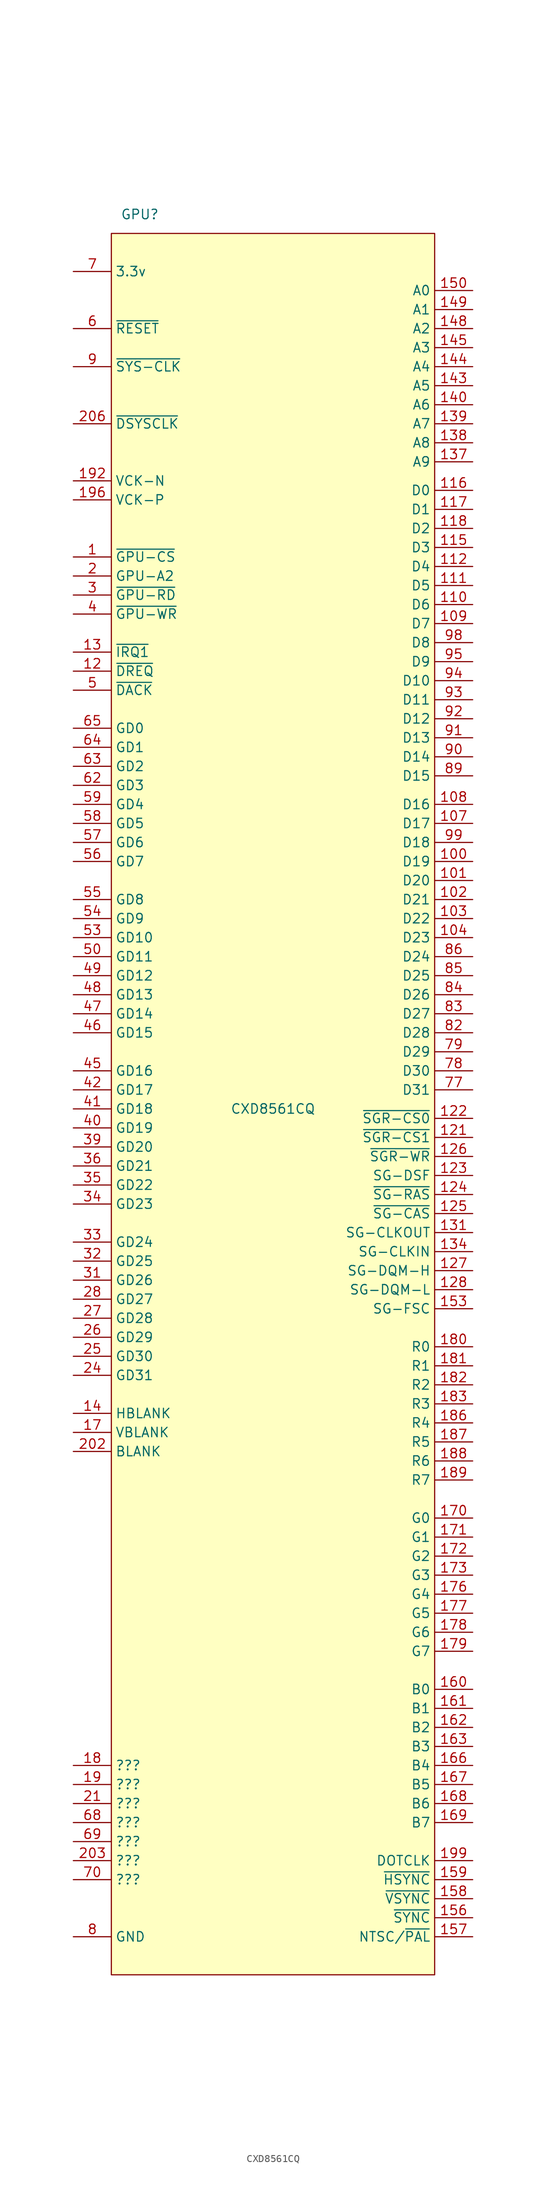
<source format=kicad_sym>
(kicad_symbol_lib
  (version 20211014)
  (generator kicad_symbol_editor)
  (symbol "CXD8561CQ"
    (property "Reference" "GPU"
      (at -17.78 119.38 0)
      (effects (font (size 1.27 1.27))))
    (property "Value" "CXD8561CQ"
      (at 0 0 0)
      (effects (font (size 1.27 1.27))))
    (symbol "CXD8561CQ_0_0"
      (pin passive line (at -26.67 -110.49 0) (length 5.08) hide (name "GND" (effects (font (size 1.27 1.27)))) (number "152" (effects (font (size 1.27 1.27)))))
      (pin passive line (at -26.67 -110.49 0) (length 5.08) hide (name "GND" (effects (font (size 1.27 1.27)))) (number "164" (effects (font (size 1.27 1.27)))))
      (pin passive line (at -26.67 -110.49 0) (length 5.08) hide (name "GND" (effects (font (size 1.27 1.27)))) (number "190" (effects (font (size 1.27 1.27)))))
      (pin passive line (at -26.67 -110.49 0) (length 5.08) hide (name "GND" (effects (font (size 1.27 1.27)))) (number "194" (effects (font (size 1.27 1.27)))))
      (pin passive line (at -26.67 -110.49 0) (length 5.08) hide (name "GND" (effects (font (size 1.27 1.27)))) (number "198" (effects (font (size 1.27 1.27)))))
      (pin passive line (at -26.67 -110.49 0) (length 5.08) hide (name "GND" (effects (font (size 1.27 1.27)))) (number "200" (effects (font (size 1.27 1.27)))))
      (pin passive line (at -26.67 -110.49 0) (length 5.08) hide (name "GND" (effects (font (size 1.27 1.27)))) (number "204" (effects (font (size 1.27 1.27)))))
      (pin passive line (at -26.67 -110.49 0) (length 5.08) hide (name "GND" (effects (font (size 1.27 1.27)))) (number "207" (effects (font (size 1.27 1.27))))))
    (symbol "CXD8561CQ_0_1"
      (rectangle (start -21.59 116.84) (end 21.59 -115.57) (stroke (width 0) (type default) (color 0 0 0 0)) (fill (type background)))
      (pin passive line (at -26.67 -110.49 0) (length 5.08) hide (name "GND" (effects (font (size 1.27 1.27)))) (number "155" (effects (font (size 1.27 1.27)))))
      (pin passive line (at -26.67 -110.49 0) (length 5.08) hide (name "GND" (effects (font (size 1.27 1.27)))) (number "174" (effects (font (size 1.27 1.27)))))
      (pin passive line (at -26.67 -110.49 0) (length 5.08) hide (name "GND" (effects (font (size 1.27 1.27)))) (number "184" (effects (font (size 1.27 1.27))))))
    (symbol "CXD8561CQ_1_1"
      (pin input line (at -26.67 73.66 0) (length 5.08) (name "~{GPU-CS}" (effects (font (size 1.27 1.27)))) (number "1" (effects (font (size 1.27 1.27)))))
      (pin passive line (at -26.67 111.76 0) (length 5.08) hide (name "3.3v" (effects (font (size 1.27 1.27)))) (number "10" (effects (font (size 1.27 1.27)))))
      (pin bidirectional line (at 26.67 33.02 180) (length 5.08) (name "D19" (effects (font (size 1.27 1.27)))) (number "100" (effects (font (size 1.27 1.27)))))
      (pin bidirectional line (at 26.67 30.48 180) (length 5.08) (name "D20" (effects (font (size 1.27 1.27)))) (number "101" (effects (font (size 1.27 1.27)))))
      (pin bidirectional line (at 26.67 27.94 180) (length 5.08) (name "D21" (effects (font (size 1.27 1.27)))) (number "102" (effects (font (size 1.27 1.27)))))
      (pin bidirectional line (at 26.67 25.4 180) (length 5.08) (name "D22" (effects (font (size 1.27 1.27)))) (number "103" (effects (font (size 1.27 1.27)))))
      (pin bidirectional line (at 26.67 22.86 180) (length 5.08) (name "D23" (effects (font (size 1.27 1.27)))) (number "104" (effects (font (size 1.27 1.27)))))
      (pin passive line (at -26.67 -110.49 0) (length 5.08) hide (name "GND" (effects (font (size 1.27 1.27)))) (number "105" (effects (font (size 1.27 1.27)))))
      (pin passive line (at -26.67 111.76 0) (length 5.08) hide (name "3.3v" (effects (font (size 1.27 1.27)))) (number "106" (effects (font (size 1.27 1.27)))))
      (pin bidirectional line (at 26.67 38.1 180) (length 5.08) (name "D17" (effects (font (size 1.27 1.27)))) (number "107" (effects (font (size 1.27 1.27)))))
      (pin bidirectional line (at 26.67 40.64 180) (length 5.08) (name "D16" (effects (font (size 1.27 1.27)))) (number "108" (effects (font (size 1.27 1.27)))))
      (pin bidirectional line (at 26.67 64.77 180) (length 5.08) (name "D7" (effects (font (size 1.27 1.27)))) (number "109" (effects (font (size 1.27 1.27)))))
      (pin passive line (at -26.67 -110.49 0) (length 5.08) hide (name "GND" (effects (font (size 1.27 1.27)))) (number "11" (effects (font (size 1.27 1.27)))))
      (pin bidirectional line (at 26.67 67.31 180) (length 5.08) (name "D6" (effects (font (size 1.27 1.27)))) (number "110" (effects (font (size 1.27 1.27)))))
      (pin bidirectional line (at 26.67 69.85 180) (length 5.08) (name "D5" (effects (font (size 1.27 1.27)))) (number "111" (effects (font (size 1.27 1.27)))))
      (pin bidirectional line (at 26.67 72.39 180) (length 5.08) (name "D4" (effects (font (size 1.27 1.27)))) (number "112" (effects (font (size 1.27 1.27)))))
      (pin passive line (at -26.67 -110.49 0) (length 5.08) hide (name "GND" (effects (font (size 1.27 1.27)))) (number "113" (effects (font (size 1.27 1.27)))))
      (pin passive line (at -26.67 111.76 0) (length 5.08) hide (name "3.3v" (effects (font (size 1.27 1.27)))) (number "114" (effects (font (size 1.27 1.27)))))
      (pin bidirectional line (at 26.67 74.93 180) (length 5.08) (name "D3" (effects (font (size 1.27 1.27)))) (number "115" (effects (font (size 1.27 1.27)))))
      (pin bidirectional line (at 26.67 82.55 180) (length 5.08) (name "D0" (effects (font (size 1.27 1.27)))) (number "116" (effects (font (size 1.27 1.27)))))
      (pin bidirectional line (at 26.67 80.01 180) (length 5.08) (name "D1" (effects (font (size 1.27 1.27)))) (number "117" (effects (font (size 1.27 1.27)))))
      (pin bidirectional line (at 26.67 77.47 180) (length 5.08) (name "D2" (effects (font (size 1.27 1.27)))) (number "118" (effects (font (size 1.27 1.27)))))
      (pin passive line (at -26.67 -110.49 0) (length 5.08) hide (name "GND" (effects (font (size 1.27 1.27)))) (number "119" (effects (font (size 1.27 1.27)))))
      (pin input line (at -26.67 58.42 0) (length 5.08) (name "~{DREQ}" (effects (font (size 1.27 1.27)))) (number "12" (effects (font (size 1.27 1.27)))))
      (pin passive line (at -26.67 111.76 0) (length 5.08) hide (name "3.3v" (effects (font (size 1.27 1.27)))) (number "120" (effects (font (size 1.27 1.27)))))
      (pin output line (at 26.67 -3.81 180) (length 5.08) (name "~{SGR-CS1}" (effects (font (size 1.27 1.27)))) (number "121" (effects (font (size 1.27 1.27)))))
      (pin output line (at 26.67 -1.27 180) (length 5.08) (name "~{SGR-CS0}" (effects (font (size 1.27 1.27)))) (number "122" (effects (font (size 1.27 1.27)))))
      (pin output line (at 26.67 -8.89 180) (length 5.08) (name "SG-DSF" (effects (font (size 1.27 1.27)))) (number "123" (effects (font (size 1.27 1.27)))))
      (pin output line (at 26.67 -11.43 180) (length 5.08) (name "~{SG-RAS}" (effects (font (size 1.27 1.27)))) (number "124" (effects (font (size 1.27 1.27)))))
      (pin output line (at 26.67 -13.97 180) (length 5.08) (name "~{SG-CAS}" (effects (font (size 1.27 1.27)))) (number "125" (effects (font (size 1.27 1.27)))))
      (pin output line (at 26.67 -6.35 180) (length 5.08) (name "~{SGR-WR}" (effects (font (size 1.27 1.27)))) (number "126" (effects (font (size 1.27 1.27)))))
      (pin output line (at 26.67 -21.59 180) (length 5.08) (name "SG-DQM-H" (effects (font (size 1.27 1.27)))) (number "127" (effects (font (size 1.27 1.27)))))
      (pin output line (at 26.67 -24.13 180) (length 5.08) (name "SG-DQM-L" (effects (font (size 1.27 1.27)))) (number "128" (effects (font (size 1.27 1.27)))))
      (pin passive line (at -26.67 -110.49 0) (length 5.08) hide (name "GND" (effects (font (size 1.27 1.27)))) (number "129" (effects (font (size 1.27 1.27)))))
      (pin output line (at -26.67 60.96 0) (length 5.08) (name "~{IRQ1}" (effects (font (size 1.27 1.27)))) (number "13" (effects (font (size 1.27 1.27)))))
      (pin passive line (at -26.67 111.76 0) (length 5.08) hide (name "3.3v" (effects (font (size 1.27 1.27)))) (number "130" (effects (font (size 1.27 1.27)))))
      (pin output line (at 26.67 -16.51 180) (length 5.08) (name "SG-CLKOUT" (effects (font (size 1.27 1.27)))) (number "131" (effects (font (size 1.27 1.27)))))
      (pin passive line (at -26.67 -110.49 0) (length 5.08) hide (name "GND" (effects (font (size 1.27 1.27)))) (number "132" (effects (font (size 1.27 1.27)))))
      (pin passive line (at -26.67 111.76 0) (length 5.08) hide (name "3.3v" (effects (font (size 1.27 1.27)))) (number "133" (effects (font (size 1.27 1.27)))))
      (pin input line (at 26.67 -19.05 180) (length 5.08) (name "SG-CLKIN" (effects (font (size 1.27 1.27)))) (number "134" (effects (font (size 1.27 1.27)))))
      (pin passive line (at -26.67 -110.49 0) (length 5.08) hide (name "GND" (effects (font (size 1.27 1.27)))) (number "135" (effects (font (size 1.27 1.27)))))
      (pin passive line (at -26.67 111.76 0) (length 5.08) hide (name "3.3v" (effects (font (size 1.27 1.27)))) (number "136" (effects (font (size 1.27 1.27)))))
      (pin output line (at 26.67 86.36 180) (length 5.08) (name "A9" (effects (font (size 1.27 1.27)))) (number "137" (effects (font (size 1.27 1.27)))))
      (pin output line (at 26.67 88.9 180) (length 5.08) (name "A8" (effects (font (size 1.27 1.27)))) (number "138" (effects (font (size 1.27 1.27)))))
      (pin output line (at 26.67 91.44 180) (length 5.08) (name "A7" (effects (font (size 1.27 1.27)))) (number "139" (effects (font (size 1.27 1.27)))))
      (pin output line (at -26.67 -40.64 0) (length 5.08) (name "HBLANK" (effects (font (size 1.27 1.27)))) (number "14" (effects (font (size 1.27 1.27)))))
      (pin output line (at 26.67 93.98 180) (length 5.08) (name "A6" (effects (font (size 1.27 1.27)))) (number "140" (effects (font (size 1.27 1.27)))))
      (pin passive line (at -26.67 111.76 0) (length 5.08) hide (name "3.3v" (effects (font (size 1.27 1.27)))) (number "141" (effects (font (size 1.27 1.27)))))
      (pin passive line (at -26.67 -110.49 0) (length 5.08) hide (name "GND" (effects (font (size 1.27 1.27)))) (number "142" (effects (font (size 1.27 1.27)))))
      (pin output line (at 26.67 96.52 180) (length 5.08) (name "A5" (effects (font (size 1.27 1.27)))) (number "143" (effects (font (size 1.27 1.27)))))
      (pin output line (at 26.67 99.06 180) (length 5.08) (name "A4" (effects (font (size 1.27 1.27)))) (number "144" (effects (font (size 1.27 1.27)))))
      (pin output line (at 26.67 101.6 180) (length 5.08) (name "A3" (effects (font (size 1.27 1.27)))) (number "145" (effects (font (size 1.27 1.27)))))
      (pin passive line (at -26.67 -110.49 0) (length 5.08) hide (name "GND" (effects (font (size 1.27 1.27)))) (number "146" (effects (font (size 1.27 1.27)))))
      (pin passive line (at -26.67 111.76 0) (length 5.08) hide (name "3.3v" (effects (font (size 1.27 1.27)))) (number "147" (effects (font (size 1.27 1.27)))))
      (pin output line (at 26.67 104.14 180) (length 5.08) (name "A2" (effects (font (size 1.27 1.27)))) (number "148" (effects (font (size 1.27 1.27)))))
      (pin output line (at 26.67 106.68 180) (length 5.08) (name "A1" (effects (font (size 1.27 1.27)))) (number "149" (effects (font (size 1.27 1.27)))))
      (pin passive line (at -26.67 111.76 0) (length 5.08) hide (name "3.3v" (effects (font (size 1.27 1.27)))) (number "15" (effects (font (size 1.27 1.27)))))
      (pin output line (at 26.67 109.22 180) (length 5.08) (name "A0" (effects (font (size 1.27 1.27)))) (number "150" (effects (font (size 1.27 1.27)))))
      (pin passive line (at -26.67 111.76 0) (length 5.08) hide (name "3.3v" (effects (font (size 1.27 1.27)))) (number "151" (effects (font (size 1.27 1.27)))))
      (pin output line (at 26.67 -26.67 180) (length 5.08) (name "SG-FSC" (effects (font (size 1.27 1.27)))) (number "153" (effects (font (size 1.27 1.27)))))
      (pin passive line (at -26.67 111.76 0) (length 5.08) hide (name "3.3v" (effects (font (size 1.27 1.27)))) (number "154" (effects (font (size 1.27 1.27)))))
      (pin output line (at 26.67 -107.95 180) (length 5.08) (name "~{SYNC}" (effects (font (size 1.27 1.27)))) (number "156" (effects (font (size 1.27 1.27)))))
      (pin output line (at 26.67 -110.49 180) (length 5.08) (name "NTSC/~{PAL}" (effects (font (size 1.27 1.27)))) (number "157" (effects (font (size 1.27 1.27)))))
      (pin output line (at 26.67 -105.41 180) (length 5.08) (name "~{VSYNC}" (effects (font (size 1.27 1.27)))) (number "158" (effects (font (size 1.27 1.27)))))
      (pin output line (at 26.67 -102.87 180) (length 5.08) (name "~{HSYNC}" (effects (font (size 1.27 1.27)))) (number "159" (effects (font (size 1.27 1.27)))))
      (pin passive line (at -26.67 -110.49 0) (length 5.08) hide (name "GND" (effects (font (size 1.27 1.27)))) (number "16" (effects (font (size 1.27 1.27)))))
      (pin output line (at 26.67 -77.47 180) (length 5.08) (name "B0" (effects (font (size 1.27 1.27)))) (number "160" (effects (font (size 1.27 1.27)))))
      (pin output line (at 26.67 -80.01 180) (length 5.08) (name "B1" (effects (font (size 1.27 1.27)))) (number "161" (effects (font (size 1.27 1.27)))))
      (pin output line (at 26.67 -82.55 180) (length 5.08) (name "B2" (effects (font (size 1.27 1.27)))) (number "162" (effects (font (size 1.27 1.27)))))
      (pin output line (at 26.67 -85.09 180) (length 5.08) (name "B3" (effects (font (size 1.27 1.27)))) (number "163" (effects (font (size 1.27 1.27)))))
      (pin passive line (at -26.67 111.76 0) (length 5.08) hide (name "3.3v" (effects (font (size 1.27 1.27)))) (number "165" (effects (font (size 1.27 1.27)))))
      (pin output line (at 26.67 -87.63 180) (length 5.08) (name "B4" (effects (font (size 1.27 1.27)))) (number "166" (effects (font (size 1.27 1.27)))))
      (pin output line (at 26.67 -90.17 180) (length 5.08) (name "B5" (effects (font (size 1.27 1.27)))) (number "167" (effects (font (size 1.27 1.27)))))
      (pin output line (at 26.67 -92.71 180) (length 5.08) (name "B6" (effects (font (size 1.27 1.27)))) (number "168" (effects (font (size 1.27 1.27)))))
      (pin output line (at 26.67 -95.25 180) (length 5.08) (name "B7" (effects (font (size 1.27 1.27)))) (number "169" (effects (font (size 1.27 1.27)))))
      (pin output line (at -26.67 -43.18 0) (length 5.08) (name "VBLANK" (effects (font (size 1.27 1.27)))) (number "17" (effects (font (size 1.27 1.27)))))
      (pin output line (at 26.67 -54.61 180) (length 5.08) (name "G0" (effects (font (size 1.27 1.27)))) (number "170" (effects (font (size 1.27 1.27)))))
      (pin output line (at 26.67 -57.15 180) (length 5.08) (name "G1" (effects (font (size 1.27 1.27)))) (number "171" (effects (font (size 1.27 1.27)))))
      (pin output line (at 26.67 -59.69 180) (length 5.08) (name "G2" (effects (font (size 1.27 1.27)))) (number "172" (effects (font (size 1.27 1.27)))))
      (pin output line (at 26.67 -62.23 180) (length 5.08) (name "G3" (effects (font (size 1.27 1.27)))) (number "173" (effects (font (size 1.27 1.27)))))
      (pin passive line (at -26.67 111.76 0) (length 5.08) hide (name "3.3v" (effects (font (size 1.27 1.27)))) (number "175" (effects (font (size 1.27 1.27)))))
      (pin output line (at 26.67 -64.77 180) (length 5.08) (name "G4" (effects (font (size 1.27 1.27)))) (number "176" (effects (font (size 1.27 1.27)))))
      (pin output line (at 26.67 -67.31 180) (length 5.08) (name "G5" (effects (font (size 1.27 1.27)))) (number "177" (effects (font (size 1.27 1.27)))))
      (pin output line (at 26.67 -69.85 180) (length 5.08) (name "G6" (effects (font (size 1.27 1.27)))) (number "178" (effects (font (size 1.27 1.27)))))
      (pin output line (at 26.67 -72.39 180) (length 5.08) (name "G7" (effects (font (size 1.27 1.27)))) (number "179" (effects (font (size 1.27 1.27)))))
      (pin input line (at -26.67 -87.63 0) (length 5.08) (name "???" (effects (font (size 1.27 1.27)))) (number "18" (effects (font (size 1.27 1.27)))))
      (pin output line (at 26.67 -31.75 180) (length 5.08) (name "R0" (effects (font (size 1.27 1.27)))) (number "180" (effects (font (size 1.27 1.27)))))
      (pin output line (at 26.67 -34.29 180) (length 5.08) (name "R1" (effects (font (size 1.27 1.27)))) (number "181" (effects (font (size 1.27 1.27)))))
      (pin output line (at 26.67 -36.83 180) (length 5.08) (name "R2" (effects (font (size 1.27 1.27)))) (number "182" (effects (font (size 1.27 1.27)))))
      (pin output line (at 26.67 -39.37 180) (length 5.08) (name "R3" (effects (font (size 1.27 1.27)))) (number "183" (effects (font (size 1.27 1.27)))))
      (pin passive line (at -26.67 111.76 0) (length 5.08) hide (name "3.3v" (effects (font (size 1.27 1.27)))) (number "185" (effects (font (size 1.27 1.27)))))
      (pin output line (at 26.67 -41.91 180) (length 5.08) (name "R4" (effects (font (size 1.27 1.27)))) (number "186" (effects (font (size 1.27 1.27)))))
      (pin output line (at 26.67 -44.45 180) (length 5.08) (name "R5" (effects (font (size 1.27 1.27)))) (number "187" (effects (font (size 1.27 1.27)))))
      (pin output line (at 26.67 -46.99 180) (length 5.08) (name "R6" (effects (font (size 1.27 1.27)))) (number "188" (effects (font (size 1.27 1.27)))))
      (pin output line (at 26.67 -49.53 180) (length 5.08) (name "R7" (effects (font (size 1.27 1.27)))) (number "189" (effects (font (size 1.27 1.27)))))
      (pin input line (at -26.67 -90.17 0) (length 5.08) (name "???" (effects (font (size 1.27 1.27)))) (number "19" (effects (font (size 1.27 1.27)))))
      (pin passive line (at -26.67 111.76 0) (length 5.08) hide (name "3.3v" (effects (font (size 1.27 1.27)))) (number "191" (effects (font (size 1.27 1.27)))))
      (pin input line (at -26.67 83.82 0) (length 5.08) (name "VCK-N" (effects (font (size 1.27 1.27)))) (number "192" (effects (font (size 1.27 1.27)))))
      (pin passive line (at -26.67 111.76 0) (length 5.08) hide (name "3.3v" (effects (font (size 1.27 1.27)))) (number "193" (effects (font (size 1.27 1.27)))))
      (pin passive line (at -26.67 111.76 0) (length 5.08) hide (name "3.3v" (effects (font (size 1.27 1.27)))) (number "195" (effects (font (size 1.27 1.27)))))
      (pin input line (at -26.67 81.28 0) (length 5.08) (name "VCK-P" (effects (font (size 1.27 1.27)))) (number "196" (effects (font (size 1.27 1.27)))))
      (pin passive line (at -26.67 111.76 0) (length 5.08) hide (name "3.3v" (effects (font (size 1.27 1.27)))) (number "197" (effects (font (size 1.27 1.27)))))
      (pin output line (at 26.67 -100.33 180) (length 5.08) (name "DOTCLK" (effects (font (size 1.27 1.27)))) (number "199" (effects (font (size 1.27 1.27)))))
      (pin input line (at -26.67 71.12 0) (length 5.08) (name "GPU-A2" (effects (font (size 1.27 1.27)))) (number "2" (effects (font (size 1.27 1.27)))))
      (pin passive line (at -26.67 -110.49 0) (length 5.08) hide (name "GND" (effects (font (size 1.27 1.27)))) (number "20" (effects (font (size 1.27 1.27)))))
      (pin passive line (at -26.67 111.76 0) (length 5.08) hide (name "3.3v" (effects (font (size 1.27 1.27)))) (number "201" (effects (font (size 1.27 1.27)))))
      (pin output line (at -26.67 -45.72 0) (length 5.08) (name "BLANK" (effects (font (size 1.27 1.27)))) (number "202" (effects (font (size 1.27 1.27)))))
      (pin input line (at -26.67 -100.33 0) (length 5.08) (name "???" (effects (font (size 1.27 1.27)))) (number "203" (effects (font (size 1.27 1.27)))))
      (pin passive line (at -26.67 111.76 0) (length 5.08) hide (name "3.3v" (effects (font (size 1.27 1.27)))) (number "205" (effects (font (size 1.27 1.27)))))
      (pin input line (at -26.67 91.44 0) (length 5.08) (name "~{DSYSCLK}" (effects (font (size 1.27 1.27)))) (number "206" (effects (font (size 1.27 1.27)))))
      (pin passive line (at -26.67 111.76 0) (length 5.08) hide (name "3.3v" (effects (font (size 1.27 1.27)))) (number "208" (effects (font (size 1.27 1.27)))))
      (pin input line (at -26.67 -92.71 0) (length 5.08) (name "???" (effects (font (size 1.27 1.27)))) (number "21" (effects (font (size 1.27 1.27)))))
      (pin passive line (at -26.67 111.76 0) (length 5.08) hide (name "3.3v" (effects (font (size 1.27 1.27)))) (number "22" (effects (font (size 1.27 1.27)))))
      (pin passive line (at -26.67 111.76 0) (length 5.08) hide (name "3.3v" (effects (font (size 1.27 1.27)))) (number "23" (effects (font (size 1.27 1.27)))))
      (pin bidirectional line (at -26.67 -35.56 0) (length 5.08) (name "GD31" (effects (font (size 1.27 1.27)))) (number "24" (effects (font (size 1.27 1.27)))))
      (pin bidirectional line (at -26.67 -33.02 0) (length 5.08) (name "GD30" (effects (font (size 1.27 1.27)))) (number "25" (effects (font (size 1.27 1.27)))))
      (pin bidirectional line (at -26.67 -30.48 0) (length 5.08) (name "GD29" (effects (font (size 1.27 1.27)))) (number "26" (effects (font (size 1.27 1.27)))))
      (pin bidirectional line (at -26.67 -27.94 0) (length 5.08) (name "GD28" (effects (font (size 1.27 1.27)))) (number "27" (effects (font (size 1.27 1.27)))))
      (pin bidirectional line (at -26.67 -25.4 0) (length 5.08) (name "GD27" (effects (font (size 1.27 1.27)))) (number "28" (effects (font (size 1.27 1.27)))))
      (pin passive line (at -26.67 111.76 0) (length 5.08) hide (name "3.3v" (effects (font (size 1.27 1.27)))) (number "29" (effects (font (size 1.27 1.27)))))
      (pin input line (at -26.67 68.58 0) (length 5.08) (name "~{GPU-RD}" (effects (font (size 1.27 1.27)))) (number "3" (effects (font (size 1.27 1.27)))))
      (pin passive line (at -26.67 -110.49 0) (length 5.08) hide (name "GND" (effects (font (size 1.27 1.27)))) (number "30" (effects (font (size 1.27 1.27)))))
      (pin bidirectional line (at -26.67 -22.86 0) (length 5.08) (name "GD26" (effects (font (size 1.27 1.27)))) (number "31" (effects (font (size 1.27 1.27)))))
      (pin bidirectional line (at -26.67 -20.32 0) (length 5.08) (name "GD25" (effects (font (size 1.27 1.27)))) (number "32" (effects (font (size 1.27 1.27)))))
      (pin bidirectional line (at -26.67 -17.78 0) (length 5.08) (name "GD24" (effects (font (size 1.27 1.27)))) (number "33" (effects (font (size 1.27 1.27)))))
      (pin bidirectional line (at -26.67 -12.7 0) (length 5.08) (name "GD23" (effects (font (size 1.27 1.27)))) (number "34" (effects (font (size 1.27 1.27)))))
      (pin bidirectional line (at -26.67 -10.16 0) (length 5.08) (name "GD22" (effects (font (size 1.27 1.27)))) (number "35" (effects (font (size 1.27 1.27)))))
      (pin bidirectional line (at -26.67 -7.62 0) (length 5.08) (name "GD21" (effects (font (size 1.27 1.27)))) (number "36" (effects (font (size 1.27 1.27)))))
      (pin passive line (at -26.67 111.76 0) (length 5.08) hide (name "3.3v" (effects (font (size 1.27 1.27)))) (number "37" (effects (font (size 1.27 1.27)))))
      (pin passive line (at -26.67 -110.49 0) (length 5.08) hide (name "GND" (effects (font (size 1.27 1.27)))) (number "38" (effects (font (size 1.27 1.27)))))
      (pin bidirectional line (at -26.67 -5.08 0) (length 5.08) (name "GD20" (effects (font (size 1.27 1.27)))) (number "39" (effects (font (size 1.27 1.27)))))
      (pin input line (at -26.67 66.04 0) (length 5.08) (name "~{GPU-WR}" (effects (font (size 1.27 1.27)))) (number "4" (effects (font (size 1.27 1.27)))))
      (pin bidirectional line (at -26.67 -2.54 0) (length 5.08) (name "GD19" (effects (font (size 1.27 1.27)))) (number "40" (effects (font (size 1.27 1.27)))))
      (pin bidirectional line (at -26.67 0 0) (length 5.08) (name "GD18" (effects (font (size 1.27 1.27)))) (number "41" (effects (font (size 1.27 1.27)))))
      (pin bidirectional line (at -26.67 2.54 0) (length 5.08) (name "GD17" (effects (font (size 1.27 1.27)))) (number "42" (effects (font (size 1.27 1.27)))))
      (pin passive line (at -26.67 111.76 0) (length 5.08) hide (name "3.3v" (effects (font (size 1.27 1.27)))) (number "43" (effects (font (size 1.27 1.27)))))
      (pin passive line (at -26.67 -110.49 0) (length 5.08) hide (name "GND" (effects (font (size 1.27 1.27)))) (number "44" (effects (font (size 1.27 1.27)))))
      (pin bidirectional line (at -26.67 5.08 0) (length 5.08) (name "GD16" (effects (font (size 1.27 1.27)))) (number "45" (effects (font (size 1.27 1.27)))))
      (pin bidirectional line (at -26.67 10.16 0) (length 5.08) (name "GD15" (effects (font (size 1.27 1.27)))) (number "46" (effects (font (size 1.27 1.27)))))
      (pin bidirectional line (at -26.67 12.7 0) (length 5.08) (name "GD14" (effects (font (size 1.27 1.27)))) (number "47" (effects (font (size 1.27 1.27)))))
      (pin bidirectional line (at -26.67 15.24 0) (length 5.08) (name "GD13" (effects (font (size 1.27 1.27)))) (number "48" (effects (font (size 1.27 1.27)))))
      (pin bidirectional line (at -26.67 17.78 0) (length 5.08) (name "GD12" (effects (font (size 1.27 1.27)))) (number "49" (effects (font (size 1.27 1.27)))))
      (pin output line (at -26.67 55.88 0) (length 5.08) (name "~{DACK}" (effects (font (size 1.27 1.27)))) (number "5" (effects (font (size 1.27 1.27)))))
      (pin bidirectional line (at -26.67 20.32 0) (length 5.08) (name "GD11" (effects (font (size 1.27 1.27)))) (number "50" (effects (font (size 1.27 1.27)))))
      (pin passive line (at -26.67 111.76 0) (length 5.08) hide (name "3.3v" (effects (font (size 1.27 1.27)))) (number "51" (effects (font (size 1.27 1.27)))))
      (pin passive line (at -26.67 -110.49 0) (length 5.08) hide (name "GND" (effects (font (size 1.27 1.27)))) (number "52" (effects (font (size 1.27 1.27)))))
      (pin bidirectional line (at -26.67 22.86 0) (length 5.08) (name "GD10" (effects (font (size 1.27 1.27)))) (number "53" (effects (font (size 1.27 1.27)))))
      (pin bidirectional line (at -26.67 25.4 0) (length 5.08) (name "GD9" (effects (font (size 1.27 1.27)))) (number "54" (effects (font (size 1.27 1.27)))))
      (pin bidirectional line (at -26.67 27.94 0) (length 5.08) (name "GD8" (effects (font (size 1.27 1.27)))) (number "55" (effects (font (size 1.27 1.27)))))
      (pin bidirectional line (at -26.67 33.02 0) (length 5.08) (name "GD7" (effects (font (size 1.27 1.27)))) (number "56" (effects (font (size 1.27 1.27)))))
      (pin bidirectional line (at -26.67 35.56 0) (length 5.08) (name "GD6" (effects (font (size 1.27 1.27)))) (number "57" (effects (font (size 1.27 1.27)))))
      (pin bidirectional line (at -26.67 38.1 0) (length 5.08) (name "GD5" (effects (font (size 1.27 1.27)))) (number "58" (effects (font (size 1.27 1.27)))))
      (pin bidirectional line (at -26.67 40.64 0) (length 5.08) (name "GD4" (effects (font (size 1.27 1.27)))) (number "59" (effects (font (size 1.27 1.27)))))
      (pin input line (at -26.67 104.14 0) (length 5.08) (name "~{RESET}" (effects (font (size 1.27 1.27)))) (number "6" (effects (font (size 1.27 1.27)))))
      (pin passive line (at -26.67 -110.49 0) (length 5.08) hide (name "GND" (effects (font (size 1.27 1.27)))) (number "60" (effects (font (size 1.27 1.27)))))
      (pin passive line (at -26.67 111.76 0) (length 5.08) hide (name "3.3v" (effects (font (size 1.27 1.27)))) (number "61" (effects (font (size 1.27 1.27)))))
      (pin bidirectional line (at -26.67 43.18 0) (length 5.08) (name "GD3" (effects (font (size 1.27 1.27)))) (number "62" (effects (font (size 1.27 1.27)))))
      (pin bidirectional line (at -26.67 45.72 0) (length 5.08) (name "GD2" (effects (font (size 1.27 1.27)))) (number "63" (effects (font (size 1.27 1.27)))))
      (pin bidirectional line (at -26.67 48.26 0) (length 5.08) (name "GD1" (effects (font (size 1.27 1.27)))) (number "64" (effects (font (size 1.27 1.27)))))
      (pin bidirectional line (at -26.67 50.8 0) (length 5.08) (name "GD0" (effects (font (size 1.27 1.27)))) (number "65" (effects (font (size 1.27 1.27)))))
      (pin passive line (at -26.67 -110.49 0) (length 5.08) hide (name "GND" (effects (font (size 1.27 1.27)))) (number "66" (effects (font (size 1.27 1.27)))))
      (pin passive line (at -26.67 111.76 0) (length 5.08) hide (name "3.3v" (effects (font (size 1.27 1.27)))) (number "67" (effects (font (size 1.27 1.27)))))
      (pin input line (at -26.67 -95.25 0) (length 5.08) (name "???" (effects (font (size 1.27 1.27)))) (number "68" (effects (font (size 1.27 1.27)))))
      (pin input line (at -26.67 -97.79 0) (length 5.08) (name "???" (effects (font (size 1.27 1.27)))) (number "69" (effects (font (size 1.27 1.27)))))
      (pin power_in line (at -26.67 111.76 0) (length 5.08) (name "3.3v" (effects (font (size 1.27 1.27)))) (number "7" (effects (font (size 1.27 1.27)))))
      (pin input line (at -26.67 -102.87 0) (length 5.08) (name "???" (effects (font (size 1.27 1.27)))) (number "70" (effects (font (size 1.27 1.27)))))
      (pin passive line (at -26.67 111.76 0) (length 5.08) hide (name "3.3v" (effects (font (size 1.27 1.27)))) (number "71" (effects (font (size 1.27 1.27)))))
      (pin passive line (at -26.67 111.76 0) (length 5.08) hide (name "3.3v" (effects (font (size 1.27 1.27)))) (number "72" (effects (font (size 1.27 1.27)))))
      (pin passive line (at -26.67 111.76 0) (length 5.08) hide (name "3.3v" (effects (font (size 1.27 1.27)))) (number "73" (effects (font (size 1.27 1.27)))))
      (pin passive line (at -26.67 111.76 0) (length 5.08) hide (name "3.3v" (effects (font (size 1.27 1.27)))) (number "74" (effects (font (size 1.27 1.27)))))
      (pin passive line (at -26.67 111.76 0) (length 5.08) hide (name "3.3v" (effects (font (size 1.27 1.27)))) (number "75" (effects (font (size 1.27 1.27)))))
      (pin passive line (at -26.67 -110.49 0) (length 5.08) hide (name "GND" (effects (font (size 1.27 1.27)))) (number "76" (effects (font (size 1.27 1.27)))))
      (pin bidirectional line (at 26.67 2.54 180) (length 5.08) (name "D31" (effects (font (size 1.27 1.27)))) (number "77" (effects (font (size 1.27 1.27)))))
      (pin bidirectional line (at 26.67 5.08 180) (length 5.08) (name "D30" (effects (font (size 1.27 1.27)))) (number "78" (effects (font (size 1.27 1.27)))))
      (pin bidirectional line (at 26.67 7.62 180) (length 5.08) (name "D29" (effects (font (size 1.27 1.27)))) (number "79" (effects (font (size 1.27 1.27)))))
      (pin power_in line (at -26.67 -110.49 0) (length 5.08) (name "GND" (effects (font (size 1.27 1.27)))) (number "8" (effects (font (size 1.27 1.27)))))
      (pin passive line (at -26.67 111.76 0) (length 5.08) hide (name "3.3v" (effects (font (size 1.27 1.27)))) (number "80" (effects (font (size 1.27 1.27)))))
      (pin passive line (at -26.67 -110.49 0) (length 5.08) hide (name "GND" (effects (font (size 1.27 1.27)))) (number "81" (effects (font (size 1.27 1.27)))))
      (pin bidirectional line (at 26.67 10.16 180) (length 5.08) (name "D28" (effects (font (size 1.27 1.27)))) (number "82" (effects (font (size 1.27 1.27)))))
      (pin bidirectional line (at 26.67 12.7 180) (length 5.08) (name "D27" (effects (font (size 1.27 1.27)))) (number "83" (effects (font (size 1.27 1.27)))))
      (pin bidirectional line (at 26.67 15.24 180) (length 5.08) (name "D26" (effects (font (size 1.27 1.27)))) (number "84" (effects (font (size 1.27 1.27)))))
      (pin bidirectional line (at 26.67 17.78 180) (length 5.08) (name "D25" (effects (font (size 1.27 1.27)))) (number "85" (effects (font (size 1.27 1.27)))))
      (pin bidirectional line (at 26.67 20.32 180) (length 5.08) (name "D24" (effects (font (size 1.27 1.27)))) (number "86" (effects (font (size 1.27 1.27)))))
      (pin passive line (at -26.67 111.76 0) (length 5.08) hide (name "3.3v" (effects (font (size 1.27 1.27)))) (number "87" (effects (font (size 1.27 1.27)))))
      (pin passive line (at -26.67 -110.49 0) (length 5.08) hide (name "GND" (effects (font (size 1.27 1.27)))) (number "88" (effects (font (size 1.27 1.27)))))
      (pin bidirectional line (at 26.67 44.45 180) (length 5.08) (name "D15" (effects (font (size 1.27 1.27)))) (number "89" (effects (font (size 1.27 1.27)))))
      (pin input line (at -26.67 99.06 0) (length 5.08) (name "~{SYS-CLK}" (effects (font (size 1.27 1.27)))) (number "9" (effects (font (size 1.27 1.27)))))
      (pin bidirectional line (at 26.67 46.99 180) (length 5.08) (name "D14" (effects (font (size 1.27 1.27)))) (number "90" (effects (font (size 1.27 1.27)))))
      (pin bidirectional line (at 26.67 49.53 180) (length 5.08) (name "D13" (effects (font (size 1.27 1.27)))) (number "91" (effects (font (size 1.27 1.27)))))
      (pin bidirectional line (at 26.67 52.07 180) (length 5.08) (name "D12" (effects (font (size 1.27 1.27)))) (number "92" (effects (font (size 1.27 1.27)))))
      (pin bidirectional line (at 26.67 54.61 180) (length 5.08) (name "D11" (effects (font (size 1.27 1.27)))) (number "93" (effects (font (size 1.27 1.27)))))
      (pin bidirectional line (at 26.67 57.15 180) (length 5.08) (name "D10" (effects (font (size 1.27 1.27)))) (number "94" (effects (font (size 1.27 1.27)))))
      (pin bidirectional line (at 26.67 59.69 180) (length 5.08) (name "D9" (effects (font (size 1.27 1.27)))) (number "95" (effects (font (size 1.27 1.27)))))
      (pin passive line (at -26.67 -110.49 0) (length 5.08) hide (name "GND" (effects (font (size 1.27 1.27)))) (number "96" (effects (font (size 1.27 1.27)))))
      (pin passive line (at -26.67 111.76 0) (length 5.08) hide (name "3.3v" (effects (font (size 1.27 1.27)))) (number "97" (effects (font (size 1.27 1.27)))))
      (pin bidirectional line (at 26.67 62.23 180) (length 5.08) (name "D8" (effects (font (size 1.27 1.27)))) (number "98" (effects (font (size 1.27 1.27)))))
      (pin bidirectional line (at 26.67 35.56 180) (length 5.08) (name "D18" (effects (font (size 1.27 1.27)))) (number "99" (effects (font (size 1.27 1.27))))))))
</source>
